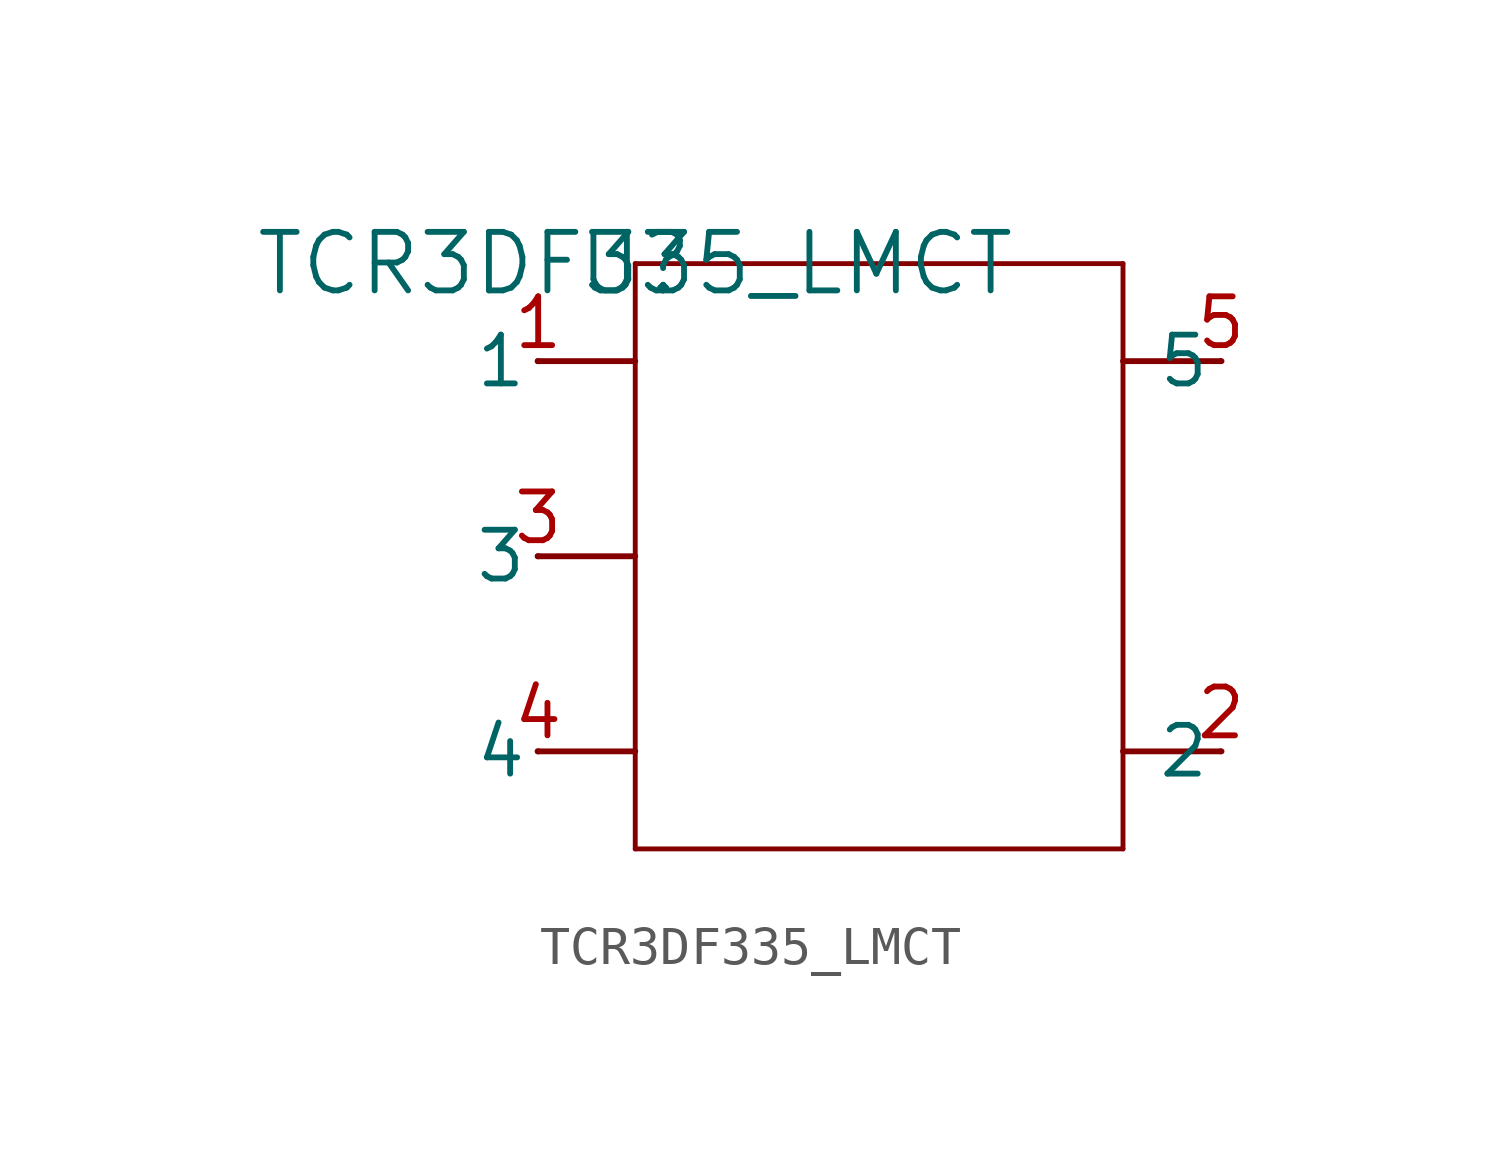
<source format=kicad_sym>
(kicad_symbol_lib
  (version 20211014)
  (generator kicad_symbol_editor)
  (symbol "TCR3DF335_LMCT"
    (pin_names
      (offset 0.254))
    (property "Reference" "U"
      (at 0 0 0)
      (effects (font (size 1.524 1.524))))
    (property "Value" "TCR3DF335_LMCT"
      (at 0 0 0)
      (effects (font (size 1.524 1.524))))
    (symbol "TCR3DF335_LMCT_0_1"
      (polyline (pts (xy 12.7 -15.24) (xy 0 -15.24)) (stroke (width 0.127) (type default) (color 0 0 0 0)) (fill (type none)))
      (polyline (pts (xy -2.54 -2.54) (xy 0 -2.54)) (stroke (width 0) (type default) (color 0 0 0 0)) (fill (type none)))
      (polyline (pts (xy -2.54 -7.62) (xy 0 -7.62)) (stroke (width 0) (type default) (color 0 0 0 0)) (fill (type none)))
      (polyline (pts (xy -2.54 -12.7) (xy 0 -12.7)) (stroke (width 0) (type default) (color 0 0 0 0)) (fill (type none)))
      (polyline (pts (xy 15.24 -2.54) (xy 12.7 -2.54)) (stroke (width 0) (type default) (color 0 0 0 0)) (fill (type none)))
      (polyline (pts (xy 15.24 -12.7) (xy 12.7 -12.7)) (stroke (width 0) (type default) (color 0 0 0 0)) (fill (type none)))
      (polyline (pts (xy 0 -15.24) (xy 0 0)) (stroke (width 0.127) (type default) (color 0 0 0 0)) (fill (type none)))
      (polyline (pts (xy 0 0) (xy 12.7 0)) (stroke (width 0.127) (type default) (color 0 0 0 0)) (fill (type none)))
      (polyline (pts (xy 12.7 0) (xy 12.7 -15.24)) (stroke (width 0.127) (type default) (color 0 0 0 0)) (fill (type none)))
      (pin unspecified line (at -2.515 -2.54 180) (length 0.025) (name "1" (effects (font (size 1.27 1.27)))) (number "1" (effects (font (size 1.27 1.27)))))
      (pin unspecified line (at 15.265 -12.7 180) (length 0.025) (name "2" (effects (font (size 1.27 1.27)))) (number "2" (effects (font (size 1.27 1.27)))))
      (pin unspecified line (at -2.515 -7.62 180) (length 0.025) (name "3" (effects (font (size 1.27 1.27)))) (number "3" (effects (font (size 1.27 1.27)))))
      (pin unspecified line (at -2.515 -12.7 180) (length 0.025) (name "4" (effects (font (size 1.27 1.27)))) (number "4" (effects (font (size 1.27 1.27)))))
      (pin unspecified line (at 15.265 -2.54 180) (length 0.025) (name "5" (effects (font (size 1.27 1.27)))) (number "5" (effects (font (size 1.27 1.27))))))))
</source>
